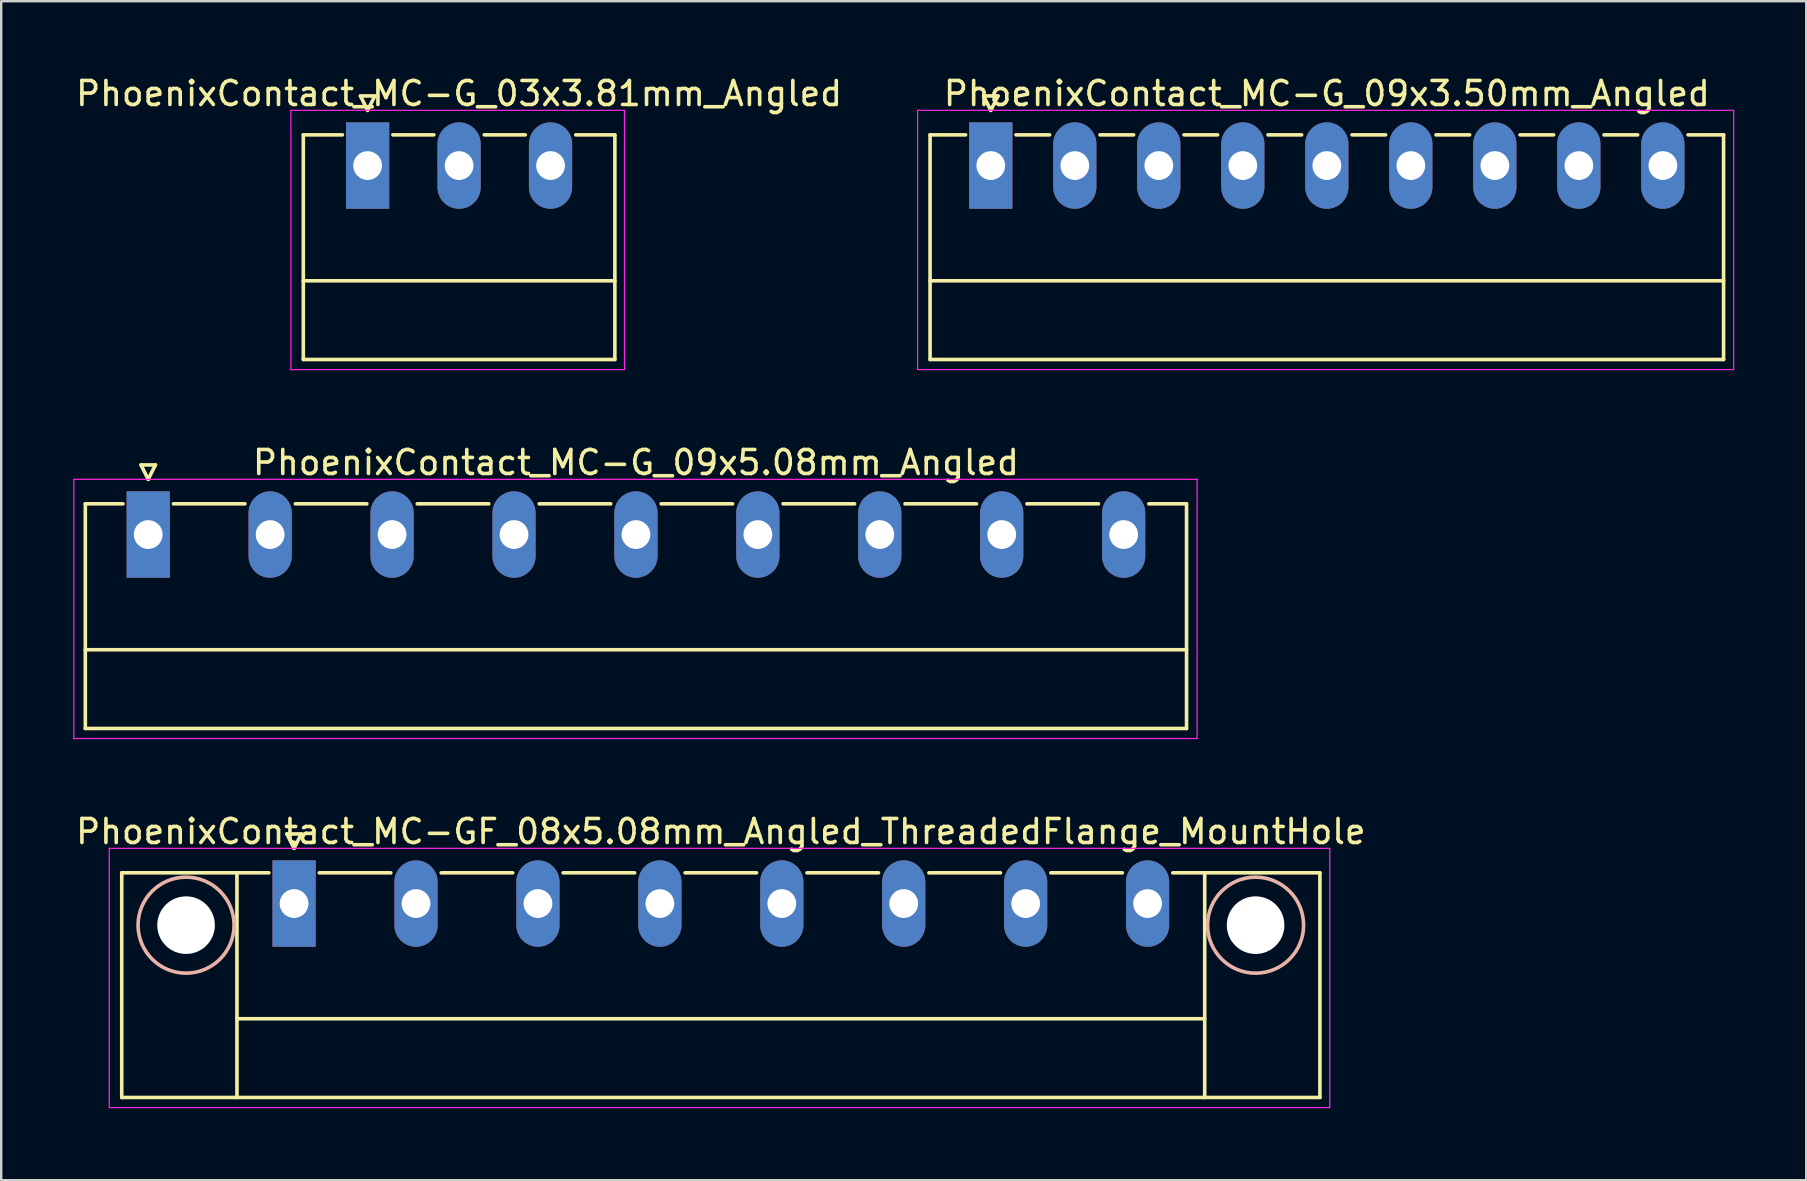
<source format=kicad_pcb>
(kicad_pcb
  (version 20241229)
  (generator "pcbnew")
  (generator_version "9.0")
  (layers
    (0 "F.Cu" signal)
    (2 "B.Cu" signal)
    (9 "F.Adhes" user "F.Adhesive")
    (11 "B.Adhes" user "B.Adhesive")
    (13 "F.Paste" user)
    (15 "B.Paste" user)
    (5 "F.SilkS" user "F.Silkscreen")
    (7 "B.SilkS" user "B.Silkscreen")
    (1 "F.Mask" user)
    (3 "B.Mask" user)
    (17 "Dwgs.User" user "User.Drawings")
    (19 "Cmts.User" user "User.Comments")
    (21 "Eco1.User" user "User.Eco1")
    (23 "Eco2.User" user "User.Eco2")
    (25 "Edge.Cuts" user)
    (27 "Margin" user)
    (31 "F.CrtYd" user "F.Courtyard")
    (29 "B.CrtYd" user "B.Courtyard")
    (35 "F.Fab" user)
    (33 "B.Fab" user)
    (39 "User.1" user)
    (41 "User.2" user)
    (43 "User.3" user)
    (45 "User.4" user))
  (footprint "PhoenixContact_MC-G_09x3.50mm_Angled"
    (layer "F.Cu")
    (at 38.23 3.848)
    (property "Reference" "PhoenixContact_MC-G_09x3.50mm_Angled" (at 14 -3 0) (layer "F.SilkS") (effects (font (size 1 1) (thickness 0.15))))
    (attr through_hole)
    (fp_line (start -2.53 -1.28) (end -2.53 8.08) (stroke (width 0.15) (type solid)) (layer "F.SilkS"))
    (fp_line (start -2.53 -1.28) (end -1.05 -1.28) (stroke (width 0.15) (type solid)) (layer "F.SilkS"))
    (fp_line (start -2.53 4.8) (end 30.53 4.8) (stroke (width 0.15) (type solid)) (layer "F.SilkS"))
    (fp_line (start -2.53 8.08) (end 30.53 8.08) (stroke (width 0.15) (type solid)) (layer "F.SilkS"))
    (fp_line (start -0.3 -2.9) (end 0 -2.3) (stroke (width 0.15) (type solid)) (layer "F.SilkS"))
    (fp_line (start 0 -2.3) (end 0.3 -2.9) (stroke (width 0.15) (type solid)) (layer "F.SilkS"))
    (fp_line (start 0.3 -2.9) (end -0.3 -2.9) (stroke (width 0.15) (type solid)) (layer "F.SilkS"))
    (fp_line (start 1.05 -1.28) (end 2.45 -1.28) (stroke (width 0.15) (type solid)) (layer "F.SilkS"))
    (fp_line (start 4.55 -1.28) (end 5.95 -1.28) (stroke (width 0.15) (type solid)) (layer "F.SilkS"))
    (fp_line (start 8.05 -1.28) (end 9.45 -1.28) (stroke (width 0.15) (type solid)) (layer "F.SilkS"))
    (fp_line (start 11.55 -1.28) (end 12.95 -1.28) (stroke (width 0.15) (type solid)) (layer "F.SilkS"))
    (fp_line (start 15.05 -1.28) (end 16.45 -1.28) (stroke (width 0.15) (type solid)) (layer "F.SilkS"))
    (fp_line (start 18.55 -1.28) (end 19.95 -1.28) (stroke (width 0.15) (type solid)) (layer "F.SilkS"))
    (fp_line (start 22.05 -1.28) (end 23.45 -1.28) (stroke (width 0.15) (type solid)) (layer "F.SilkS"))
    (fp_line (start 25.55 -1.28) (end 26.95 -1.28) (stroke (width 0.15) (type solid)) (layer "F.SilkS"))
    (fp_line (start 30.53 -1.28) (end 29.05 -1.28) (stroke (width 0.15) (type solid)) (layer "F.SilkS"))
    (fp_line (start 30.53 8.08) (end 30.53 -1.28) (stroke (width 0.15) (type solid)) (layer "F.SilkS"))
    (fp_line (start -3.05 -2.3) (end -3.05 8.5) (stroke (width 0.05) (type solid)) (layer "F.CrtYd"))
    (fp_line (start -3.05 8.5) (end 30.95 8.5) (stroke (width 0.05) (type solid)) (layer "F.CrtYd"))
    (fp_line (start 30.95 -2.3) (end -3.05 -2.3) (stroke (width 0.05) (type solid)) (layer "F.CrtYd"))
    (fp_line (start 30.95 8.5) (end 30.95 -2.3) (stroke (width 0.05) (type solid)) (layer "F.CrtYd"))
    (pad "1" thru_hole rect (at 0 0) (size 1.8 3.6) (drill 1.2) (layers "*.Cu" "*.Mask"))
    (pad "2" thru_hole oval (at 3.5 0) (size 1.8 3.6) (drill 1.2) (layers "*.Cu" "*.Mask"))
    (pad "3" thru_hole oval (at 7 0) (size 1.8 3.6) (drill 1.2) (layers "*.Cu" "*.Mask"))
    (pad "4" thru_hole oval (at 10.5 0) (size 1.8 3.6) (drill 1.2) (layers "*.Cu" "*.Mask"))
    (pad "5" thru_hole oval (at 14 0) (size 1.8 3.6) (drill 1.2) (layers "*.Cu" "*.Mask"))
    (pad "6" thru_hole oval (at 17.5 0) (size 1.8 3.6) (drill 1.2) (layers "*.Cu" "*.Mask"))
    (pad "7" thru_hole oval (at 21 0) (size 1.8 3.6) (drill 1.2) (layers "*.Cu" "*.Mask"))
    (pad "8" thru_hole oval (at 24.5 0) (size 1.8 3.6) (drill 1.2) (layers "*.Cu" "*.Mask"))
    (pad "9" thru_hole oval (at 28 0) (size 1.8 3.6) (drill 1.2) (layers "*.Cu" "*.Mask")))
  (footprint "PhoenixContact_MC-G_09x5.08mm_Angled"
    (layer "F.Cu")
    (at 3.125 19.221)
    (property "Reference" "PhoenixContact_MC-G_09x5.08mm_Angled" (at 20.32 -3 0) (layer "F.SilkS") (effects (font (size 1 1) (thickness 0.15))))
    (attr through_hole)
    (fp_line (start -2.62 -1.28) (end -2.62 8.08) (stroke (width 0.15) (type solid)) (layer "F.SilkS"))
    (fp_line (start -2.62 -1.28) (end -1.05 -1.28) (stroke (width 0.15) (type solid)) (layer "F.SilkS"))
    (fp_line (start -2.62 4.8) (end 43.26 4.8) (stroke (width 0.15) (type solid)) (layer "F.SilkS"))
    (fp_line (start -2.62 8.08) (end 43.26 8.08) (stroke (width 0.15) (type solid)) (layer "F.SilkS"))
    (fp_line (start -0.3 -2.9) (end 0 -2.3) (stroke (width 0.15) (type solid)) (layer "F.SilkS"))
    (fp_line (start 0 -2.3) (end 0.3 -2.9) (stroke (width 0.15) (type solid)) (layer "F.SilkS"))
    (fp_line (start 0.3 -2.9) (end -0.3 -2.9) (stroke (width 0.15) (type solid)) (layer "F.SilkS"))
    (fp_line (start 1.05 -1.28) (end 4.03 -1.28) (stroke (width 0.15) (type solid)) (layer "F.SilkS"))
    (fp_line (start 6.13 -1.28) (end 9.11 -1.28) (stroke (width 0.15) (type solid)) (layer "F.SilkS"))
    (fp_line (start 11.21 -1.28) (end 14.19 -1.28) (stroke (width 0.15) (type solid)) (layer "F.SilkS"))
    (fp_line (start 16.29 -1.28) (end 19.27 -1.28) (stroke (width 0.15) (type solid)) (layer "F.SilkS"))
    (fp_line (start 21.37 -1.28) (end 24.35 -1.28) (stroke (width 0.15) (type solid)) (layer "F.SilkS"))
    (fp_line (start 26.45 -1.28) (end 29.43 -1.28) (stroke (width 0.15) (type solid)) (layer "F.SilkS"))
    (fp_line (start 31.53 -1.28) (end 34.51 -1.28) (stroke (width 0.15) (type solid)) (layer "F.SilkS"))
    (fp_line (start 36.61 -1.28) (end 39.59 -1.28) (stroke (width 0.15) (type solid)) (layer "F.SilkS"))
    (fp_line (start 43.26 -1.28) (end 41.69 -1.28) (stroke (width 0.15) (type solid)) (layer "F.SilkS"))
    (fp_line (start 43.26 8.08) (end 43.26 -1.28) (stroke (width 0.15) (type solid)) (layer "F.SilkS"))
    (fp_line (start -3.1 -2.3) (end -3.1 8.5) (stroke (width 0.05) (type solid)) (layer "F.CrtYd"))
    (fp_line (start -3.1 8.5) (end 43.7 8.5) (stroke (width 0.05) (type solid)) (layer "F.CrtYd"))
    (fp_line (start 43.7 -2.3) (end -3.1 -2.3) (stroke (width 0.05) (type solid)) (layer "F.CrtYd"))
    (fp_line (start 43.7 8.5) (end 43.7 -2.3) (stroke (width 0.05) (type solid)) (layer "F.CrtYd"))
    (pad "1" thru_hole rect (at 0 0) (size 1.8 3.6) (drill 1.2) (layers "*.Cu" "*.Mask"))
    (pad "2" thru_hole oval (at 5.08 0) (size 1.8 3.6) (drill 1.2) (layers "*.Cu" "*.Mask"))
    (pad "3" thru_hole oval (at 10.16 0) (size 1.8 3.6) (drill 1.2) (layers "*.Cu" "*.Mask"))
    (pad "4" thru_hole oval (at 15.24 0) (size 1.8 3.6) (drill 1.2) (layers "*.Cu" "*.Mask"))
    (pad "5" thru_hole oval (at 20.32 0) (size 1.8 3.6) (drill 1.2) (layers "*.Cu" "*.Mask"))
    (pad "6" thru_hole oval (at 25.4 0) (size 1.8 3.6) (drill 1.2) (layers "*.Cu" "*.Mask"))
    (pad "7" thru_hole oval (at 30.48 0) (size 1.8 3.6) (drill 1.2) (layers "*.Cu" "*.Mask"))
    (pad "8" thru_hole oval (at 35.56 0) (size 1.8 3.6) (drill 1.2) (layers "*.Cu" "*.Mask"))
    (pad "9" thru_hole oval (at 40.64 0) (size 1.8 3.6) (drill 1.2) (layers "*.Cu" "*.Mask")))
  (footprint "PhoenixContact_MC-GF_08x5.08mm_Angled_ThreadedFlange_MountHole"
    (layer "F.Cu")
    (at 9.202 34.595)
    (property "Reference" "PhoenixContact_MC-GF_08x5.08mm_Angled_ThreadedFlange_MountHole" (at 17.78 -3 0) (layer "F.SilkS") (effects (font (size 1 1) (thickness 0.15))))
    (attr through_hole)
    (fp_line (start -7.18 -1.28) (end -7.18 8.08) (stroke (width 0.15) (type solid)) (layer "F.SilkS"))
    (fp_line (start -7.18 -1.28) (end -1.05 -1.28) (stroke (width 0.15) (type solid)) (layer "F.SilkS"))
    (fp_line (start -7.18 8.08) (end 42.74 8.08) (stroke (width 0.15) (type solid)) (layer "F.SilkS"))
    (fp_line (start -2.38 -1.28) (end -2.38 8.08) (stroke (width 0.15) (type solid)) (layer "F.SilkS"))
    (fp_line (start -2.38 4.8) (end 37.94 4.8) (stroke (width 0.15) (type solid)) (layer "F.SilkS"))
    (fp_line (start -0.3 -2.9) (end 0 -2.3) (stroke (width 0.15) (type solid)) (layer "F.SilkS"))
    (fp_line (start 0 -2.3) (end 0.3 -2.9) (stroke (width 0.15) (type solid)) (layer "F.SilkS"))
    (fp_line (start 0.3 -2.9) (end -0.3 -2.9) (stroke (width 0.15) (type solid)) (layer "F.SilkS"))
    (fp_line (start 1.05 -1.28) (end 4.03 -1.28) (stroke (width 0.15) (type solid)) (layer "F.SilkS"))
    (fp_line (start 6.13 -1.28) (end 9.11 -1.28) (stroke (width 0.15) (type solid)) (layer "F.SilkS"))
    (fp_line (start 11.21 -1.28) (end 14.19 -1.28) (stroke (width 0.15) (type solid)) (layer "F.SilkS"))
    (fp_line (start 16.29 -1.28) (end 19.27 -1.28) (stroke (width 0.15) (type solid)) (layer "F.SilkS"))
    (fp_line (start 21.37 -1.28) (end 24.35 -1.28) (stroke (width 0.15) (type solid)) (layer "F.SilkS"))
    (fp_line (start 26.45 -1.28) (end 29.43 -1.28) (stroke (width 0.15) (type solid)) (layer "F.SilkS"))
    (fp_line (start 31.53 -1.28) (end 34.51 -1.28) (stroke (width 0.15) (type solid)) (layer "F.SilkS"))
    (fp_line (start 37.94 -1.28) (end 37.94 8.08) (stroke (width 0.15) (type solid)) (layer "F.SilkS"))
    (fp_line (start 42.74 -1.28) (end 36.61 -1.28) (stroke (width 0.15) (type solid)) (layer "F.SilkS"))
    (fp_line (start 42.74 8.08) (end 42.74 -1.28) (stroke (width 0.15) (type solid)) (layer "F.SilkS"))
    (fp_circle (center -4.5 0.9) (end -2.5 0.9) (stroke (width 0.15) (type solid)) (fill no) (layer "B.SilkS"))
    (fp_circle (center 40.06 0.9) (end 42.06 0.9) (stroke (width 0.15) (type solid)) (fill no) (layer "B.SilkS"))
    (fp_line (start -7.7 -2.3) (end -7.7 8.5) (stroke (width 0.05) (type solid)) (layer "F.CrtYd"))
    (fp_line (start -7.7 8.5) (end 43.15 8.5) (stroke (width 0.05) (type solid)) (layer "F.CrtYd"))
    (fp_line (start 43.15 -2.3) (end -7.7 -2.3) (stroke (width 0.05) (type solid)) (layer "F.CrtYd"))
    (fp_line (start 43.15 8.5) (end 43.15 -2.3) (stroke (width 0.05) (type solid)) (layer "F.CrtYd"))
    (pad "" np_thru_hole circle (at -4.5 0.9) (size 2.4 2.4) (drill 2.4) (layers "*.Cu" "*.Mask"))
    (pad "" np_thru_hole circle (at 40.06 0.9) (size 2.4 2.4) (drill 2.4) (layers "*.Cu" "*.Mask"))
    (pad "1" thru_hole rect (at 0 0) (size 1.8 3.6) (drill 1.2) (layers "*.Cu" "*.Mask"))
    (pad "2" thru_hole oval (at 5.08 0) (size 1.8 3.6) (drill 1.2) (layers "*.Cu" "*.Mask"))
    (pad "3" thru_hole oval (at 10.16 0) (size 1.8 3.6) (drill 1.2) (layers "*.Cu" "*.Mask"))
    (pad "4" thru_hole oval (at 15.24 0) (size 1.8 3.6) (drill 1.2) (layers "*.Cu" "*.Mask"))
    (pad "5" thru_hole oval (at 20.32 0) (size 1.8 3.6) (drill 1.2) (layers "*.Cu" "*.Mask"))
    (pad "6" thru_hole oval (at 25.4 0) (size 1.8 3.6) (drill 1.2) (layers "*.Cu" "*.Mask"))
    (pad "7" thru_hole oval (at 30.48 0) (size 1.8 3.6) (drill 1.2) (layers "*.Cu" "*.Mask"))
    (pad "8" thru_hole oval (at 35.56 0) (size 1.8 3.6) (drill 1.2) (layers "*.Cu" "*.Mask")))
  (footprint "PhoenixContact_MC-G_03x3.81mm_Angled"
    (layer "F.Cu")
    (at 12.267 3.848)
    (property "Reference" "PhoenixContact_MC-G_03x3.81mm_Angled" (at 3.81 -3 0) (layer "F.SilkS") (effects (font (size 1 1) (thickness 0.15))))
    (attr through_hole)
    (fp_line (start -2.68 -1.28) (end -2.68 8.08) (stroke (width 0.15) (type solid)) (layer "F.SilkS"))
    (fp_line (start -2.68 -1.28) (end -1.05 -1.28) (stroke (width 0.15) (type solid)) (layer "F.SilkS"))
    (fp_line (start -2.68 4.8) (end 10.3 4.8) (stroke (width 0.15) (type solid)) (layer "F.SilkS"))
    (fp_line (start -2.68 8.08) (end 10.3 8.08) (stroke (width 0.15) (type solid)) (layer "F.SilkS"))
    (fp_line (start -0.3 -2.9) (end 0 -2.3) (stroke (width 0.15) (type solid)) (layer "F.SilkS"))
    (fp_line (start 0 -2.3) (end 0.3 -2.9) (stroke (width 0.15) (type solid)) (layer "F.SilkS"))
    (fp_line (start 0.3 -2.9) (end -0.3 -2.9) (stroke (width 0.15) (type solid)) (layer "F.SilkS"))
    (fp_line (start 1.05 -1.28) (end 2.76 -1.28) (stroke (width 0.15) (type solid)) (layer "F.SilkS"))
    (fp_line (start 4.86 -1.28) (end 6.57 -1.28) (stroke (width 0.15) (type solid)) (layer "F.SilkS"))
    (fp_line (start 10.3 -1.28) (end 8.67 -1.28) (stroke (width 0.15) (type solid)) (layer "F.SilkS"))
    (fp_line (start 10.3 8.08) (end 10.3 -1.28) (stroke (width 0.15) (type solid)) (layer "F.SilkS"))
    (fp_line (start -3.2 -2.3) (end -3.2 8.5) (stroke (width 0.05) (type solid)) (layer "F.CrtYd"))
    (fp_line (start -3.2 8.5) (end 10.7 8.5) (stroke (width 0.05) (type solid)) (layer "F.CrtYd"))
    (fp_line (start 10.7 -2.3) (end -3.2 -2.3) (stroke (width 0.05) (type solid)) (layer "F.CrtYd"))
    (fp_line (start 10.7 8.5) (end 10.7 -2.3) (stroke (width 0.05) (type solid)) (layer "F.CrtYd"))
    (pad "1" thru_hole rect (at 0 0) (size 1.8 3.6) (drill 1.2) (layers "*.Cu" "*.Mask"))
    (pad "2" thru_hole oval (at 3.81 0) (size 1.8 3.6) (drill 1.2) (layers "*.Cu" "*.Mask"))
    (pad "3" thru_hole oval (at 7.62 0) (size 1.8 3.6) (drill 1.2) (layers "*.Cu" "*.Mask")))
  (gr_rect
    (start -3 -3)
    (end 72.205 46.12)
    (stroke (width 0.1) (type default))
    (fill no)
    (layer "Edge.Cuts")))
</source>
